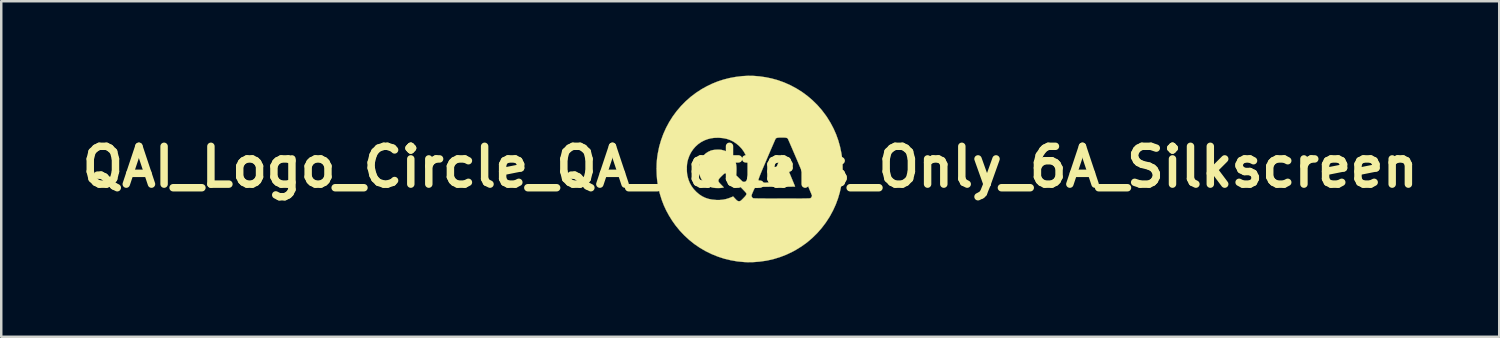
<source format=kicad_pcb>
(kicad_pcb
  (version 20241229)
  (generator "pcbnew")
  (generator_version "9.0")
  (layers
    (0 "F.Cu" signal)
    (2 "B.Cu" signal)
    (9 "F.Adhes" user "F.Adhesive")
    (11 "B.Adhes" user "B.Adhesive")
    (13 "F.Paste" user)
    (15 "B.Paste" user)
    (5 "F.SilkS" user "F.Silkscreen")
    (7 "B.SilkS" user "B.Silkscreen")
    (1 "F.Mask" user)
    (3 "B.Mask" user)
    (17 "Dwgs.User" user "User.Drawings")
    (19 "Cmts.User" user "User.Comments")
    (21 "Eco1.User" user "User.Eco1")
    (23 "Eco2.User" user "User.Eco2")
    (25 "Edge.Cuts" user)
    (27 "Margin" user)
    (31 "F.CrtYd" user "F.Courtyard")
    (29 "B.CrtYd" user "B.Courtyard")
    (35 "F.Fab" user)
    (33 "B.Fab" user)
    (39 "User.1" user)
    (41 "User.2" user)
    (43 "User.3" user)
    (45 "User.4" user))
  (footprint "QAI_Logo_Circle_QA_Letters_Only_6A_Silkscreen"
    (layer "F.Cu")
    (at 27.185 3.681)
    (property "Reference" "QAI_Logo_Circle_QA_Letters_Only_6A_Silkscreen" (at 0 0 0) (layer "F.SilkS") (effects (font (size 1.524 1.524) (thickness 0.3))))
    (attr through_hole)
    (fp_poly (pts (xy 0.148 -3.672) (xy 0.387 -3.652) (xy 0.627 -3.617) (xy 0.864 -3.568) (xy 1.094 -3.505) (xy 1.113 -3.499) (xy 1.37 -3.407) (xy 1.619 -3.296) (xy 1.859 -3.168) (xy 2.089 -3.024) (xy 2.307 -2.863) (xy 2.513 -2.687) (xy 2.706 -2.497) (xy 2.885 -2.293) (xy 3.049 -2.076) (xy 3.096 -2.007) (xy 3.235 -1.782) (xy 3.357 -1.552) (xy 3.461 -1.317) (xy 3.548 -1.074) (xy 3.619 -0.821) (xy 3.674 -0.557) (xy 3.71 -0.315) (xy 3.715 -0.265) (xy 3.719 -0.198) (xy 3.721 -0.119) (xy 3.723 -0.031) (xy 3.724 0.061) (xy 3.723 0.154) (xy 3.722 0.245) (xy 3.72 0.328) (xy 3.717 0.401) (xy 3.713 0.458) (xy 3.71 0.478) (xy 3.668 0.752) (xy 3.611 1.014) (xy 3.538 1.265) (xy 3.448 1.508) (xy 3.341 1.743) (xy 3.217 1.973) (xy 3.194 2.012) (xy 3.043 2.244) (xy 2.876 2.463) (xy 2.695 2.669) (xy 2.501 2.859) (xy 2.293 3.036) (xy 2.072 3.196) (xy 1.839 3.34) (xy 1.705 3.413) (xy 1.457 3.531) (xy 1.204 3.629) (xy 0.948 3.708) (xy 0.689 3.767) (xy 0.62 3.779) (xy 0.374 3.813) (xy 0.133 3.832) (xy -0.1 3.836) (xy -0.24 3.83) (xy -0.516 3.804) (xy -0.786 3.757) (xy -1.05 3.693) (xy -1.308 3.609) (xy -1.557 3.508) (xy -1.798 3.39) (xy -2.03 3.255) (xy -2.251 3.104) (xy -2.461 2.936) (xy -2.659 2.753) (xy -2.845 2.556) (xy -3.017 2.344) (xy -3.144 2.164) (xy -3.273 1.957) (xy -3.385 1.752) (xy -3.481 1.545) (xy -3.563 1.332) (xy -3.633 1.109) (xy -3.657 1.021) (xy -3.7 0.84) (xy -3.732 0.665) (xy -3.755 0.492) (xy -3.768 0.314) (xy -3.774 0.123) (xy -3.774 0.091) (xy -3.774 0.074) (xy -2.555 0.074) (xy -2.552 0.178) (xy -2.544 0.275) (xy -2.531 0.353) (xy -2.491 0.504) (xy -2.437 0.641) (xy -2.367 0.767) (xy -2.281 0.886) (xy -2.176 0.998) (xy -2.172 1.002) (xy -2.06 1.098) (xy -1.943 1.176) (xy -1.818 1.238) (xy -1.684 1.283) (xy -1.54 1.312) (xy -1.382 1.327) (xy -1.367 1.328) (xy -1.227 1.328) (xy -1.099 1.316) (xy -0.977 1.292) (xy -0.854 1.254) (xy -0.773 1.222) (xy -0.688 1.186) (xy -0.616 1.265) (xy -0.572 1.312) (xy -0.537 1.345) (xy -0.509 1.365) (xy -0.482 1.376) (xy -0.455 1.379) (xy -0.438 1.378) (xy -0.42 1.376) (xy -0.403 1.37) (xy -0.386 1.359) (xy -0.364 1.342) (xy -0.334 1.314) (xy -0.295 1.275) (xy -0.278 1.258) (xy -0.23 1.208) (xy -0.195 1.169) (xy -0.182 1.152) (xy 0.051 1.152) (xy 0.058 1.184) (xy 0.076 1.218) (xy 0.099 1.246) (xy 0.111 1.255) (xy 0.117 1.257) (xy 0.129 1.259) (xy 0.147 1.261) (xy 0.172 1.262) (xy 0.205 1.264) (xy 0.248 1.265) (xy 0.301 1.266) (xy 0.366 1.267) (xy 0.443 1.268) (xy 0.534 1.268) (xy 0.64 1.269) (xy 0.762 1.269) (xy 0.9 1.269) (xy 1.057 1.269) (xy 1.232 1.27) (xy 1.268 1.27) (xy 1.445 1.27) (xy 1.604 1.27) (xy 1.744 1.27) (xy 1.867 1.269) (xy 1.974 1.269) (xy 2.067 1.269) (xy 2.146 1.268) (xy 2.213 1.267) (xy 2.268 1.266) (xy 2.313 1.265) (xy 2.348 1.264) (xy 2.376 1.263) (xy 2.397 1.261) (xy 2.412 1.259) (xy 2.422 1.257) (xy 2.429 1.254) (xy 2.43 1.254) (xy 2.456 1.231) (xy 2.477 1.197) (xy 2.489 1.161) (xy 2.489 1.152) (xy 2.485 1.141) (xy 2.474 1.112) (xy 2.456 1.067) (xy 2.431 1.007) (xy 2.401 0.935) (xy 2.366 0.851) (xy 2.327 0.756) (xy 2.283 0.653) (xy 2.237 0.542) (xy 2.187 0.425) (xy 2.136 0.303) (xy 2.083 0.178) (xy 2.029 0.052) (xy 1.975 -0.076) (xy 1.922 -0.202) (xy 1.869 -0.327) (xy 1.817 -0.447) (xy 1.768 -0.562) (xy 1.721 -0.671) (xy 1.678 -0.772) (xy 1.638 -0.864) (xy 1.603 -0.945) (xy 1.573 -1.014) (xy 1.548 -1.07) (xy 1.53 -1.111) (xy 1.519 -1.135) (xy 1.515 -1.142) (xy 1.498 -1.158) (xy 1.476 -1.171) (xy 1.447 -1.179) (xy 1.407 -1.185) (xy 1.354 -1.188) (xy 1.285 -1.189) (xy 1.27 -1.189) (xy 1.197 -1.188) (xy 1.141 -1.185) (xy 1.099 -1.18) (xy 1.068 -1.172) (xy 1.046 -1.161) (xy 1.028 -1.145) (xy 1.025 -1.142) (xy 1.019 -1.13) (xy 1.005 -1.1) (xy 0.985 -1.055) (xy 0.959 -0.995) (xy 0.927 -0.922) (xy 0.89 -0.837) (xy 0.849 -0.742) (xy 0.804 -0.638) (xy 0.756 -0.527) (xy 0.706 -0.409) (xy 0.666 -0.316) (xy 0.605 -0.171) (xy 0.55 -0.043) (xy 0.503 0.068) (xy 0.463 0.164) (xy 0.429 0.246) (xy 0.401 0.315) (xy 0.378 0.373) (xy 0.36 0.42) (xy 0.347 0.459) (xy 0.338 0.489) (xy 0.332 0.513) (xy 0.33 0.532) (xy 0.331 0.546) (xy 0.334 0.557) (xy 0.339 0.566) (xy 0.346 0.575) (xy 0.353 0.582) (xy 0.372 0.6) (xy 0.395 0.613) (xy 0.426 0.621) (xy 0.468 0.627) (xy 0.524 0.629) (xy 0.584 0.63) (xy 0.656 0.629) (xy 0.71 0.626) (xy 0.751 0.62) (xy 0.779 0.61) (xy 0.8 0.595) (xy 0.814 0.578) (xy 0.821 0.564) (xy 0.834 0.534) (xy 0.854 0.488) (xy 0.88 0.428) (xy 0.91 0.358) (xy 0.944 0.277) (xy 0.982 0.188) (xy 1.022 0.093) (xy 1.047 0.033) (xy 1.087 -0.064) (xy 1.126 -0.155) (xy 1.161 -0.238) (xy 1.193 -0.313) (xy 1.22 -0.376) (xy 1.242 -0.427) (xy 1.259 -0.463) (xy 1.268 -0.484) (xy 1.271 -0.488) (xy 1.276 -0.479) (xy 1.288 -0.453) (xy 1.306 -0.413) (xy 1.329 -0.362) (xy 1.355 -0.3) (xy 1.384 -0.231) (xy 1.397 -0.201) (xy 1.464 -0.041) (xy 1.523 0.1) (xy 1.575 0.225) (xy 1.621 0.334) (xy 1.66 0.429) (xy 1.694 0.509) (xy 1.722 0.578) (xy 1.746 0.634) (xy 1.765 0.68) (xy 1.78 0.716) (xy 1.791 0.743) (xy 1.799 0.763) (xy 1.804 0.777) (xy 1.807 0.784) (xy 1.808 0.788) (xy 1.808 0.788) (xy 1.799 0.788) (xy 1.77 0.789) (xy 1.724 0.79) (xy 1.662 0.791) (xy 1.587 0.792) (xy 1.498 0.792) (xy 1.399 0.793) (xy 1.29 0.794) (xy 1.173 0.794) (xy 1.05 0.795) (xy 1.022 0.795) (xy 0.877 0.795) (xy 0.751 0.796) (xy 0.642 0.796) (xy 0.55 0.797) (xy 0.473 0.798) (xy 0.409 0.798) (xy 0.357 0.799) (xy 0.315 0.8) (xy 0.283 0.802) (xy 0.259 0.804) (xy 0.241 0.806) (xy 0.228 0.808) (xy 0.219 0.811) (xy 0.213 0.814) (xy 0.207 0.818) (xy 0.206 0.819) (xy 0.191 0.836) (xy 0.172 0.866) (xy 0.149 0.91) (xy 0.121 0.972) (xy 0.115 0.987) (xy 0.093 1.038) (xy 0.074 1.084) (xy 0.06 1.121) (xy 0.052 1.145) (xy 0.051 1.152) (xy -0.182 1.152) (xy -0.171 1.137) (xy -0.158 1.111) (xy -0.154 1.088) (xy -0.156 1.065) (xy -0.157 1.059) (xy -0.166 1.044) (xy -0.19 1.016) (xy -0.229 0.973) (xy -0.282 0.917) (xy -0.35 0.847) (xy -0.432 0.763) (xy -0.529 0.666) (xy -0.552 0.643) (xy -0.94 0.254) (xy -0.989 0.254) (xy -1.008 0.254) (xy -1.024 0.257) (xy -1.04 0.265) (xy -1.06 0.278) (xy -1.085 0.301) (xy -1.121 0.335) (xy -1.145 0.358) (xy -1.194 0.407) (xy -1.23 0.445) (xy -1.254 0.475) (xy -1.27 0.501) (xy -1.278 0.524) (xy -1.28 0.548) (xy -1.28 0.551) (xy -1.279 0.571) (xy -1.273 0.59) (xy -1.261 0.612) (xy -1.24 0.638) (xy -1.209 0.672) (xy -1.166 0.717) (xy -1.155 0.728) (xy -1.064 0.821) (xy -1.124 0.834) (xy -1.18 0.842) (xy -1.25 0.847) (xy -1.326 0.847) (xy -1.402 0.844) (xy -1.472 0.837) (xy -1.529 0.827) (xy -1.537 0.825) (xy -1.646 0.785) (xy -1.747 0.728) (xy -1.837 0.656) (xy -1.915 0.571) (xy -1.978 0.474) (xy -2.024 0.369) (xy -2.026 0.366) (xy -2.053 0.257) (xy -2.068 0.14) (xy -2.069 0.02) (xy -2.058 -0.096) (xy -2.046 -0.151) (xy -2.009 -0.265) (xy -1.954 -0.37) (xy -1.883 -0.463) (xy -1.799 -0.543) (xy -1.702 -0.609) (xy -1.594 -0.659) (xy -1.57 -0.667) (xy -1.5 -0.684) (xy -1.418 -0.695) (xy -1.329 -0.7) (xy -1.241 -0.699) (xy -1.161 -0.691) (xy -1.142 -0.688) (xy -1.024 -0.656) (xy -0.916 -0.607) (xy -0.82 -0.542) (xy -0.737 -0.462) (xy -0.667 -0.367) (xy -0.63 -0.3) (xy -0.602 -0.233) (xy -0.581 -0.166) (xy -0.566 -0.094) (xy -0.557 -0.015) (xy -0.554 0.076) (xy -0.556 0.181) (xy -0.559 0.252) (xy -0.564 0.336) (xy -0.431 0.468) (xy -0.384 0.514) (xy -0.349 0.548) (xy -0.323 0.572) (xy -0.304 0.586) (xy -0.288 0.595) (xy -0.274 0.599) (xy -0.258 0.599) (xy -0.251 0.599) (xy -0.218 0.596) (xy -0.189 0.585) (xy -0.165 0.563) (xy -0.144 0.529) (xy -0.125 0.482) (xy -0.107 0.418) (xy -0.088 0.336) (xy -0.085 0.32) (xy -0.076 0.26) (xy -0.07 0.186) (xy -0.068 0.103) (xy -0.068 0.018) (xy -0.072 -0.063) (xy -0.079 -0.136) (xy -0.085 -0.177) (xy -0.125 -0.335) (xy -0.182 -0.482) (xy -0.256 -0.618) (xy -0.346 -0.743) (xy -0.454 -0.856) (xy -0.564 -0.947) (xy -0.684 -1.027) (xy -0.811 -1.089) (xy -0.946 -1.135) (xy -1.091 -1.164) (xy -1.248 -1.179) (xy -1.311 -1.18) (xy -1.456 -1.175) (xy -1.59 -1.156) (xy -1.717 -1.123) (xy -1.837 -1.078) (xy -1.972 -1.009) (xy -2.095 -0.924) (xy -2.207 -0.823) (xy -2.305 -0.709) (xy -2.389 -0.583) (xy -2.457 -0.446) (xy -2.509 -0.3) (xy -2.531 -0.213) (xy -2.545 -0.128) (xy -2.553 -0.03) (xy -2.555 0.074) (xy -3.774 0.074) (xy -3.773 -0.033) (xy -3.77 -0.143) (xy -3.763 -0.245) (xy -3.754 -0.344) (xy -3.74 -0.448) (xy -3.723 -0.556) (xy -3.668 -0.822) (xy -3.593 -1.081) (xy -3.501 -1.333) (xy -3.391 -1.578) (xy -3.264 -1.814) (xy -3.121 -2.04) (xy -2.962 -2.255) (xy -2.789 -2.458) (xy -2.601 -2.649) (xy -2.4 -2.827) (xy -2.186 -2.989) (xy -1.96 -3.137) (xy -1.764 -3.246) (xy -1.538 -3.356) (xy -1.311 -3.448) (xy -1.08 -3.523) (xy -0.841 -3.584) (xy -0.593 -3.63) (xy -0.333 -3.662) (xy -0.312 -3.664) (xy -0.086 -3.676) (xy 0.148 -3.672)) (stroke (width 0.01) (type solid)) (fill yes) (layer "F.SilkS")))
  (gr_rect
    (start -3 -3)
    (end 57.371 10.522)
    (stroke (width 0.1) (type default))
    (fill no)
    (layer "Edge.Cuts")))
</source>
